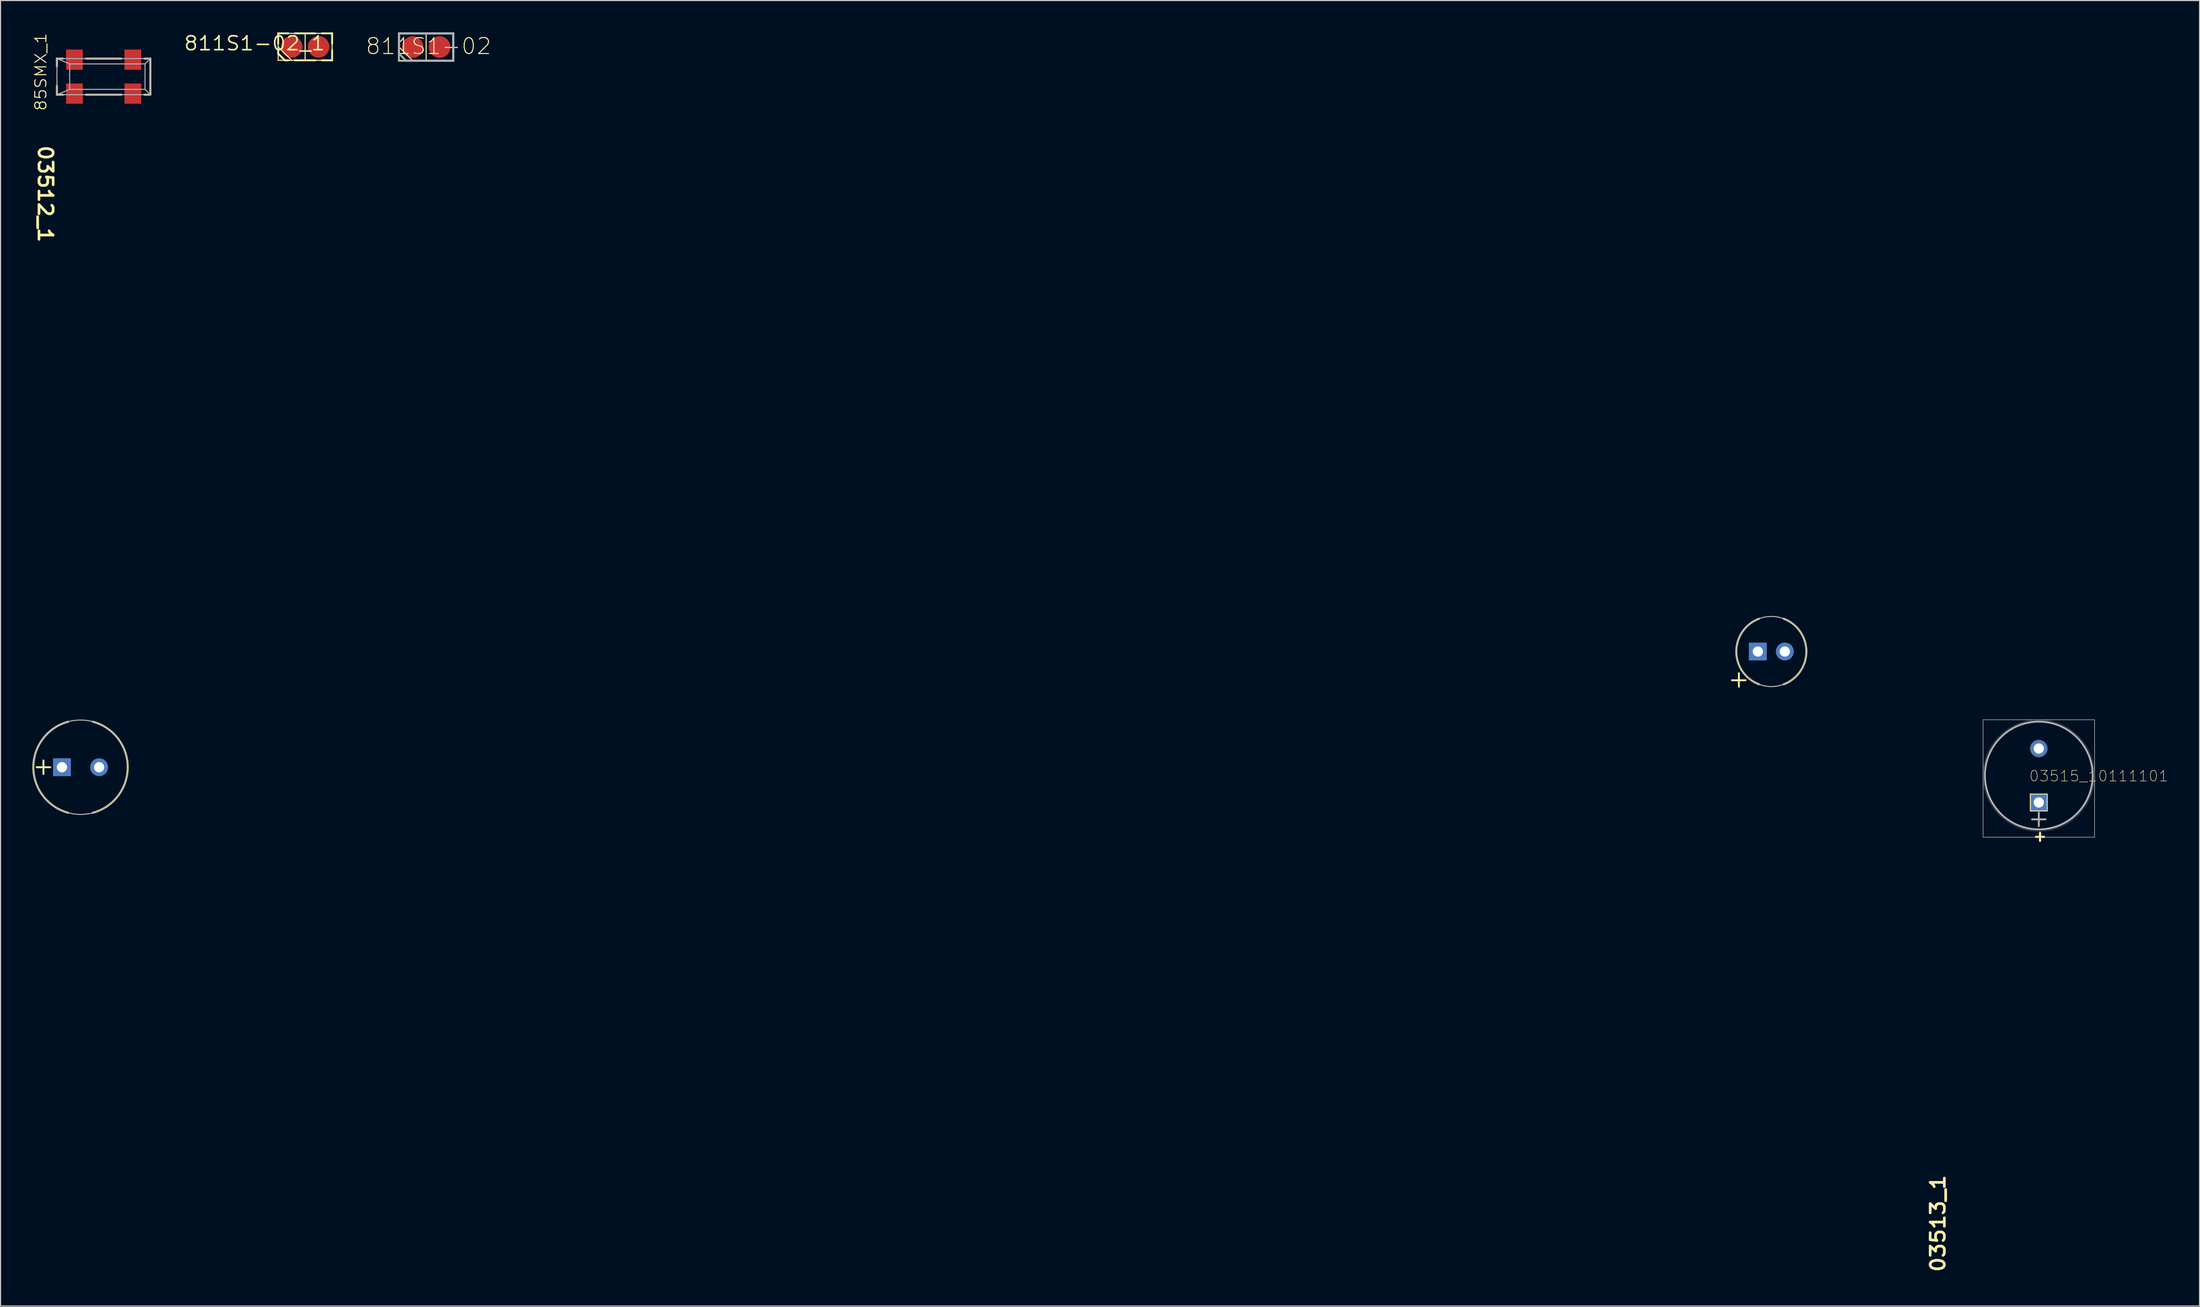
<source format=kicad_pcb>
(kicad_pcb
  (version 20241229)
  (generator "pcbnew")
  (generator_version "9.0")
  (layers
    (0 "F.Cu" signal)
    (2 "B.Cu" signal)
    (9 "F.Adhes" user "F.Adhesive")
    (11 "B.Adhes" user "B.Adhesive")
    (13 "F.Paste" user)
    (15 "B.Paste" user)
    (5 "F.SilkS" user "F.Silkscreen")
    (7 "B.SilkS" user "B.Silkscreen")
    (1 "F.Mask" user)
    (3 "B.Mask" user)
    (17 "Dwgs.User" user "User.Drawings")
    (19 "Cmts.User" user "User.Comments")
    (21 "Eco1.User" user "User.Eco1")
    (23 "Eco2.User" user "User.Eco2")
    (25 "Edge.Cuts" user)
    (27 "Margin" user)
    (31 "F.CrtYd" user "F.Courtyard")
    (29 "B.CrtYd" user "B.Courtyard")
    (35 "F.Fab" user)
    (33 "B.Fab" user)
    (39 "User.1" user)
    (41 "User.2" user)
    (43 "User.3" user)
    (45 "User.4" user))
  (footprint "03515_10111101"
    (placed yes)
    (layer "F.Cu")
    (at 188.98 70.008)
    (property "Reference" "03515_10111101" (at -0.953 0.635 0) (layer "F.SilkS") (effects (font (size 1 1) (thickness 0.05)) (justify left bottom)))
    (attr through_hole)
    (fp_line (start -0.8 1.74) (end -0.8 3.34) (stroke (width 0.1) (type solid)) (layer "F.SilkS"))
    (fp_line (start -0.8 3.34) (end 0.8 3.34) (stroke (width 0.1) (type solid)) (layer "F.SilkS"))
    (fp_line (start 0.8 1.74) (end -0.8 1.74) (stroke (width 0.1) (type solid)) (layer "F.SilkS"))
    (fp_line (start 0.8 3.34) (end 0.8 1.74) (stroke (width 0.1) (type solid)) (layer "F.SilkS"))
    (fp_arc (start 5.08 0) (mid -5.08 0) (end 5.08 0) (stroke (width 0.1) (type solid)) (layer "F.SilkS"))
    (fp_line (start -5.25 -5.25) (end 5.25 -5.25) (stroke (width 0.05) (type solid)) (layer "Dwgs.User"))
    (fp_line (start -5.25 5.811) (end -5.25 -5.25) (stroke (width 0.05) (type solid)) (layer "Dwgs.User"))
    (fp_line (start 5.25 -5.25) (end 5.25 5.811) (stroke (width 0.05) (type solid)) (layer "Dwgs.User"))
    (fp_line (start 5.25 5.811) (end -5.25 5.811) (stroke (width 0.05) (type solid)) (layer "Dwgs.User"))
    (fp_arc (start 0.8382 -2.54) (mid -0.8382 -2.54) (end 0.8382 -2.54) (stroke (width 0.02) (type solid)) (layer "B.Fab"))
    (fp_poly (pts (xy 0.838 1.702) (xy 0.838 3.378) (xy -0.838 3.378) (xy -0.838 1.702)) (stroke (width 0.02) (type solid)) (fill no) (layer "B.Fab"))
    (fp_line (start 0 4.763) (end 0 3.493) (stroke (width 0.18) (type solid)) (layer "F.Fab"))
    (fp_line (start 0.635 4.128) (end -0.635 4.128) (stroke (width 0.18) (type solid)) (layer "F.Fab"))
    (fp_arc (start 5.08 0) (mid -5.08 0) (end 5.08 0) (stroke (width 0.18) (type solid)) (layer "F.Fab"))
    (fp_arc (start 5.25 0) (mid -5.25 0) (end 5.25 0) (stroke (width 0.02) (type solid)) (layer "F.Fab"))
    (fp_text user "+" (at -0.635 5.71 0) (layer "F.SilkS") (effects (font (size 1 1) (thickness 0.203)) (justify left)))
    (pad "+" thru_hole rect (at 0 2.54) (size 1.6 1.6) (drill 0.965) (layers "*.Cu" "*.Mask"))
    (pad "-" thru_hole circle (at 0 -2.54) (size 1.6 1.6) (drill 0.965) (layers "*.Cu" "*.Mask")))
  (footprint "85SMX_1"
    (layer "F.Cu")
    (at 6.711 4.17)
    (property "Reference" "85SMX_1" (at -5.921 -0.45 90) (unlocked yes) (layer "F.SilkS") (effects (font (size 1.05 1.104) (thickness 0.1))))
    (attr smd)
    (fp_line (start -4.4 -1.7) (end -3.829 -1.7) (stroke (width 0.18) (type solid)) (layer "F.SilkS"))
    (fp_line (start -4.4 -0.971) (end -4.4 -1.7) (stroke (width 0.18) (type solid)) (layer "F.SilkS"))
    (fp_line (start -4.4 1.7) (end -4.4 0.859) (stroke (width 0.18) (type solid)) (layer "F.SilkS"))
    (fp_line (start -4.4 1.7) (end -3.829 1.7) (stroke (width 0.18) (type solid)) (layer "F.SilkS"))
    (fp_line (start -1.671 -1.7) (end 1.671 -1.7) (stroke (width 0.18) (type solid)) (layer "F.SilkS"))
    (fp_line (start -1.671 1.7) (end 1.671 1.7) (stroke (width 0.18) (type solid)) (layer "F.SilkS"))
    (fp_line (start 3.829 -1.7) (end 4.4 -1.7) (stroke (width 0.18) (type solid)) (layer "F.SilkS"))
    (fp_line (start 3.829 1.7) (end 4.4 1.7) (stroke (width 0.18) (type solid)) (layer "F.SilkS"))
    (fp_line (start 4.4 1.7) (end 4.4 -1.7) (stroke (width 0.18) (type solid)) (layer "F.SilkS"))
    (fp_line (start -4.4 -1.7) (end -3.2 -1.2) (stroke (width 0.1) (type solid)) (layer "F.Fab"))
    (fp_line (start -4.4 -1.7) (end 4.4 -1.7) (stroke (width 0.1) (type solid)) (layer "F.Fab"))
    (fp_line (start -4.4 1.7) (end -4.4 -1.7) (stroke (width 0.1) (type solid)) (layer "F.Fab"))
    (fp_line (start -4.4 1.7) (end -3.2 1.2) (stroke (width 0.1) (type solid)) (layer "F.Fab"))
    (fp_line (start -4.4 1.7) (end 4.4 1.7) (stroke (width 0.1) (type solid)) (layer "F.Fab"))
    (fp_line (start -3.2 -1.2) (end 3.9 -1.2) (stroke (width 0.1) (type solid)) (layer "F.Fab"))
    (fp_line (start -3.2 1.2) (end -3.2 -1.2) (stroke (width 0.1) (type solid)) (layer "F.Fab"))
    (fp_line (start -3.2 1.2) (end 3.9 1.2) (stroke (width 0.1) (type solid)) (layer "F.Fab"))
    (fp_line (start 3.9 -1.2) (end 4.4 -1.7) (stroke (width 0.1) (type solid)) (layer "F.Fab"))
    (fp_line (start 3.9 1.2) (end 3.9 -1.2) (stroke (width 0.1) (type solid)) (layer "F.Fab"))
    (fp_line (start 3.9 1.2) (end 4.4 1.7) (stroke (width 0.1) (type solid)) (layer "F.Fab"))
    (fp_line (start 4.4 1.7) (end 4.4 -1.7) (stroke (width 0.1) (type solid)) (layer "F.Fab"))
    (pad "1" smd rect (at -2.75 1.6) (size 1.575 1.905) (layers "F.Cu" "F.Mask" "F.Paste"))
    (pad "2" smd rect (at 2.75 1.6) (size 1.575 1.905) (layers "F.Cu" "F.Mask" "F.Paste"))
    (pad "3" smd rect (at 2.75 -1.6) (size 1.575 1.905) (layers "F.Cu" "F.Mask" "F.Paste"))
    (pad "4" smd rect (at -2.75 -1.6) (size 1.575 1.905) (layers "F.Cu" "F.Mask" "F.Paste")))
  (footprint "03513_1"
    (layer "F.Cu")
    (at 4.535 69.228)
    (property "Reference" "03513_1" (at 174.944 42.98 90) (unlocked yes) (layer "F.SilkS") (effects (font (size 1.333 1.402) (thickness 0.254))))
    (attr smd)
    (fp_line (start -4.128 0) (end -2.857 0) (stroke (width 0.18) (type solid)) (layer "F.SilkS"))
    (fp_line (start -3.493 0.635) (end -3.493 -0.635) (stroke (width 0.18) (type solid)) (layer "F.SilkS"))
    (fp_arc (start -1.157942 4.291536) (mid -4.445 0.00001) (end -1.157943 -4.291516) (stroke (width 0.18) (type solid)) (layer "F.SilkS"))
    (fp_arc (start 1.157943 -4.291526) (mid 3.528816 -2.702866) (end 4.445 0) (stroke (width 0.18) (type solid)) (layer "F.SilkS"))
    (fp_arc (start 4.445 0) (mid 3.528816 2.702866) (end 1.157943 4.291526) (stroke (width 0.18) (type solid)) (layer "F.SilkS"))
    (fp_circle (center 0 0) (end 4.445 0) (stroke (width 0.1) (type solid)) (fill no) (layer "F.Fab"))
    (pad "+" thru_hole rect (at -1.75 0) (size 1.676 1.676) (drill 0.965) (layers "*.Cu" "*.Mask"))
    (pad "-" thru_hole circle (at 1.75 0) (size 1.676 1.676) (drill 0.965) (layers "*.Cu" "*.Mask")))
  (footprint "03512_1"
    (layer "F.Cu")
    (at 163.788 58.327)
    (property "Reference" "03512_1" (at -162.562 -43.107 270) (unlocked yes) (layer "F.SilkS") (effects (font (size 1.333 1.402) (thickness 0.254))))
    (attr smd)
    (fp_line (start -3.702 2.709) (end -2.432 2.709) (stroke (width 0.18) (type solid)) (layer "F.SilkS"))
    (fp_line (start -3.056 3.316) (end -3.056 2.046) (stroke (width 0.18) (type solid)) (layer "F.SilkS"))
    (fp_arc (start -1.156385 3.092882) (mid -3.302 -0.00001) (end -1.156385 -3.092902) (stroke (width 0.18) (type solid)) (layer "F.SilkS"))
    (fp_arc (start 1.156385 -3.092892) (mid 2.713079 -1.88213) (end 3.302 0) (stroke (width 0.18) (type solid)) (layer "F.SilkS"))
    (fp_arc (start 3.302 0) (mid 2.713078 1.882129) (end 1.156385 3.092892) (stroke (width 0.18) (type solid)) (layer "F.SilkS"))
    (fp_circle (center 0 0) (end 3.302 0) (stroke (width 0.1) (type solid)) (fill no) (layer "F.Fab"))
    (pad "+" thru_hole rect (at -1.27 0) (size 1.676 1.676) (drill 0.965) (layers "*.Cu" "*.Mask"))
    (pad "-" thru_hole circle (at 1.27 0) (size 1.676 1.676) (drill 0.965) (layers "*.Cu" "*.Mask")))
  (footprint "811S1-02"
    (placed yes)
    (layer "F.Cu")
    (at 35.815 1.385)
    (property "Reference" "811S1-02" (at -4.495 0.795 0) (layer "F.SilkS") (effects (font (size 1.5 1.5) (thickness 0.1)) (justify left bottom)))
    (attr through_hole)
    (fp_line (start -1.27 -1.27) (end 3.81 -1.27) (stroke (width 0.1) (type solid)) (layer "F.SilkS"))
    (fp_line (start -1.27 1.27) (end -1.27 -1.27) (stroke (width 0.1) (type solid)) (layer "F.SilkS"))
    (fp_line (start 0 1.27) (end -1.27 0) (stroke (width 0.1) (type solid)) (layer "F.SilkS"))
    (fp_line (start 1.27 1.27) (end 1.27 -1.27) (stroke (width 0.1) (type solid)) (layer "F.SilkS"))
    (fp_line (start 3.81 -1.27) (end 3.81 1.27) (stroke (width 0.1) (type solid)) (layer "F.SilkS"))
    (fp_line (start 3.81 1.27) (end -1.27 1.27) (stroke (width 0.1) (type solid)) (layer "F.SilkS"))
    (fp_line (start -1.36 -1.36) (end 3.9 -1.36) (stroke (width 0.05) (type solid)) (layer "Dwgs.User"))
    (fp_line (start -1.36 1.36) (end -1.36 -1.36) (stroke (width 0.05) (type solid)) (layer "Dwgs.User"))
    (fp_line (start 3.9 -1.36) (end 3.9 1.36) (stroke (width 0.05) (type solid)) (layer "Dwgs.User"))
    (fp_line (start 3.9 1.36) (end -1.36 1.36) (stroke (width 0.05) (type solid)) (layer "Dwgs.User"))
    (fp_line (start -1.27 -1.27) (end 3.81 -1.27) (stroke (width 0.18) (type solid)) (layer "F.Fab"))
    (fp_line (start -1.27 0.635) (end -1.27 -1.27) (stroke (width 0.18) (type solid)) (layer "F.Fab"))
    (fp_line (start -0.635 1.27) (end -1.27 0.635) (stroke (width 0.18) (type solid)) (layer "F.Fab"))
    (fp_line (start 3.81 -1.27) (end 3.81 1.27) (stroke (width 0.18) (type solid)) (layer "F.Fab"))
    (fp_line (start 3.81 1.27) (end -0.635 1.27) (stroke (width 0.18) (type solid)) (layer "F.Fab"))
    (fp_poly (pts (xy -1.27 -1.27) (xy 3.81 -1.27) (xy 3.81 1.27) (xy -1.27 1.27)) (stroke (width 0.02) (type solid)) (fill no) (layer "F.Fab"))
    (pad "1" smd circle (at 0 0) (size 2.032 2.032) (layers "F.Cu" "F.Mask" "F.Paste"))
    (pad "2" smd circle (at 2.54 0) (size 2.032 2.032) (layers "F.Cu" "F.Mask" "F.Paste")))
  (footprint "811S1-02_1"
    (layer "F.Cu")
    (at 24.42 1.362)
    (property "Reference" "811S1-02_1" (at -3.495 -0.331 0) (unlocked yes) (layer "F.SilkS") (effects (font (size 1.312 1.38) (thickness 0.15))))
    (attr smd)
    (fp_line (start -1.27 -1.27) (end -0.311 -1.27) (stroke (width 0.18) (type solid)) (layer "F.SilkS"))
    (fp_line (start -1.27 -1.27) (end 3.81 -1.27) (stroke (width 0.1) (type solid)) (layer "F.SilkS"))
    (fp_line (start -1.27 -0.311) (end -1.27 -1.27) (stroke (width 0.18) (type solid)) (layer "F.SilkS"))
    (fp_line (start -1.27 0) (end 0 1.27) (stroke (width 0.1) (type solid)) (layer "F.SilkS"))
    (fp_line (start -1.27 0.635) (end -1.27 0.311) (stroke (width 0.18) (type solid)) (layer "F.SilkS"))
    (fp_line (start -1.27 0.635) (end -0.635 1.27) (stroke (width 0.18) (type solid)) (layer "F.SilkS"))
    (fp_line (start -1.27 1.27) (end -1.27 -1.27) (stroke (width 0.1) (type solid)) (layer "F.SilkS"))
    (fp_line (start -1.27 1.27) (end 3.81 1.27) (stroke (width 0.1) (type solid)) (layer "F.SilkS"))
    (fp_line (start -0.635 1.27) (end -0.311 1.27) (stroke (width 0.18) (type solid)) (layer "F.SilkS"))
    (fp_line (start 0.311 -1.27) (end 2.229 -1.27) (stroke (width 0.18) (type solid)) (layer "F.SilkS"))
    (fp_line (start 0.311 1.27) (end 2.229 1.27) (stroke (width 0.18) (type solid)) (layer "F.SilkS"))
    (fp_line (start 1.27 1.27) (end 1.27 -1.27) (stroke (width 0.1) (type solid)) (layer "F.SilkS"))
    (fp_line (start 2.851 -1.27) (end 3.81 -1.27) (stroke (width 0.18) (type solid)) (layer "F.SilkS"))
    (fp_line (start 2.851 1.27) (end 3.81 1.27) (stroke (width 0.18) (type solid)) (layer "F.SilkS"))
    (fp_line (start 3.81 -0.311) (end 3.81 -1.27) (stroke (width 0.18) (type solid)) (layer "F.SilkS"))
    (fp_line (start 3.81 1.27) (end 3.81 -1.27) (stroke (width 0.1) (type solid)) (layer "F.SilkS"))
    (fp_line (start 3.81 1.27) (end 3.81 0.311) (stroke (width 0.18) (type solid)) (layer "F.SilkS"))
    (pad "1" smd circle (at 0 0) (size 2.032 2.032) (layers "F.Cu" "F.Mask" "F.Paste"))
    (pad "2" smd circle (at 2.54 0) (size 2.032 2.032) (layers "F.Cu" "F.Mask" "F.Paste")))
  (gr_rect
    (start -3 -3)
    (end 204.12 119.989)
    (stroke (width 0.1) (type default))
    (fill no)
    (layer "Edge.Cuts")))
</source>
